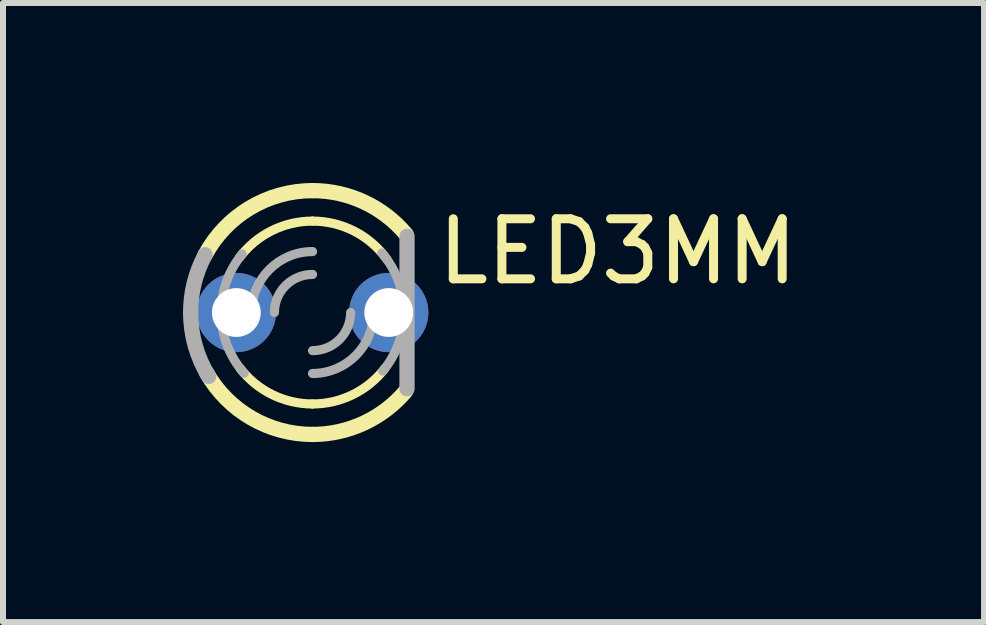
<source format=kicad_pcb>
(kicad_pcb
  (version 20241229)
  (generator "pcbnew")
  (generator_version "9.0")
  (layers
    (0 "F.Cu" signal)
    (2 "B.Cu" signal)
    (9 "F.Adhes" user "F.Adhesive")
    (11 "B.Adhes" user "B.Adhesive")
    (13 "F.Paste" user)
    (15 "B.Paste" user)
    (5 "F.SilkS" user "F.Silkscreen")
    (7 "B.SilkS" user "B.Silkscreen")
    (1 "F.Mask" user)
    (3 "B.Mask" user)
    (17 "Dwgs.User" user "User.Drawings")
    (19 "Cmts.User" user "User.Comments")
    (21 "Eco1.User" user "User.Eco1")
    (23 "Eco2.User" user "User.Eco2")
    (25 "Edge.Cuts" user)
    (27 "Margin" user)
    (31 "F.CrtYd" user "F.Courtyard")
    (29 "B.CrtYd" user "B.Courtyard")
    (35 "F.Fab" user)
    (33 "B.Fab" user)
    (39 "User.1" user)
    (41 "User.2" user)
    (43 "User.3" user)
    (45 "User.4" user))
  (footprint "LED3MM"
    (layer "F.Cu")
    (at 2.159 2.159)
    (property "Reference" "LED3MM" (at 5.087 -1.017 0) (layer "F.SilkS") (effects (font (size 1.001 1.001) (thickness 0.15))))
    (attr through_hole)
    (fp_arc (start -1.7929 -0.9562) (mid -1.045438 -1.7424) (end 0 -2.032) (stroke (width 0.254) (type solid)) (layer "F.SilkS"))
    (fp_arc (start -1.2192 -0.9144) (mid -0.681554 -1.363107) (end 0 -1.524) (stroke (width 0.1524) (type solid)) (layer "F.SilkS"))
    (fp_arc (start 0 -2.032) (mid 0.861864 -1.840173) (end 1.561 -1.3009) (stroke (width 0.254) (type solid)) (layer "F.SilkS"))
    (fp_arc (start 0 -1.524) (mid 0.697339 -1.355082) (end 1.2401 -0.8858) (stroke (width 0.1524) (type solid)) (layer "F.SilkS"))
    (fp_arc (start 0 1.524) (mid -0.669593 1.369018) (end -1.203 0.9356) (stroke (width 0.1524) (type solid)) (layer "F.SilkS"))
    (fp_arc (start 0 2.032) (mid -1.019924 1.757525) (end -1.7643 1.0082) (stroke (width 0.254) (type solid)) (layer "F.SilkS"))
    (fp_arc (start 1.203 0.9356) (mid 0.669593 1.369018) (end 0 1.524) (stroke (width 0.1524) (type solid)) (layer "F.SilkS"))
    (fp_arc (start 1.5512 1.3126) (mid 0.854953 1.843405) (end 0 2.032) (stroke (width 0.254) (type solid)) (layer "F.SilkS"))
    (fp_line (start 1.575 1.27) (end 1.575 -1.27) (stroke (width 0.254) (type solid)) (layer "F.Fab"))
    (fp_arc (start -2.032 0) (mid -1.970339 -0.496774) (end -1.7891 -0.9634) (stroke (width 0.254) (type solid)) (layer "F.Fab"))
    (fp_arc (start -1.7306 1.065) (mid -1.95521 0.553417) (end -2.032 0) (stroke (width 0.254) (type solid)) (layer "F.Fab"))
    (fp_arc (start -1.524 0) (mid -1.432981 -0.518783) (end -1.1708 -0.9756) (stroke (width 0.1524) (type solid)) (layer "F.Fab"))
    (fp_arc (start -1.1391 1.0125) (mid -1.42454 0.5416) (end -1.524 0) (stroke (width 0.1524) (type solid)) (layer "F.Fab"))
    (fp_arc (start -1.016 0) (mid -0.71842 -0.71842) (end 0 -1.016) (stroke (width 0.1524) (type solid)) (layer "F.Fab"))
    (fp_arc (start -0.635 0) (mid -0.449013 -0.449013) (end 0 -0.635) (stroke (width 0.1524) (type solid)) (layer "F.Fab"))
    (fp_arc (start 0.635 0) (mid 0.449013 0.449013) (end 0 0.635) (stroke (width 0.1524) (type solid)) (layer "F.Fab"))
    (fp_arc (start 1.016 0) (mid 0.71842 0.71842) (end 0 1.016) (stroke (width 0.1524) (type solid)) (layer "F.Fab"))
    (fp_arc (start 1.1571 -0.9918) (mid 1.429332 -0.528744) (end 1.524 0) (stroke (width 0.1524) (type solid)) (layer "F.Fab"))
    (fp_arc (start 1.524 0) (mid 1.432981 0.518783) (end 1.1708 0.9756) (stroke (width 0.1524) (type solid)) (layer "F.Fab"))
    (pad "A" thru_hole circle (at -1.27 0) (size 1.321 1.321) (drill 0.813) (layers "*.Cu" "*.Mask"))
    (pad "K" thru_hole circle (at 1.27 0) (size 1.321 1.321) (drill 0.813) (layers "*.Cu" "*.Mask")))
  (gr_rect
    (start -3 -3)
    (end 13.351 7.318)
    (stroke (width 0.1) (type default))
    (fill no)
    (layer "Edge.Cuts")))
</source>
